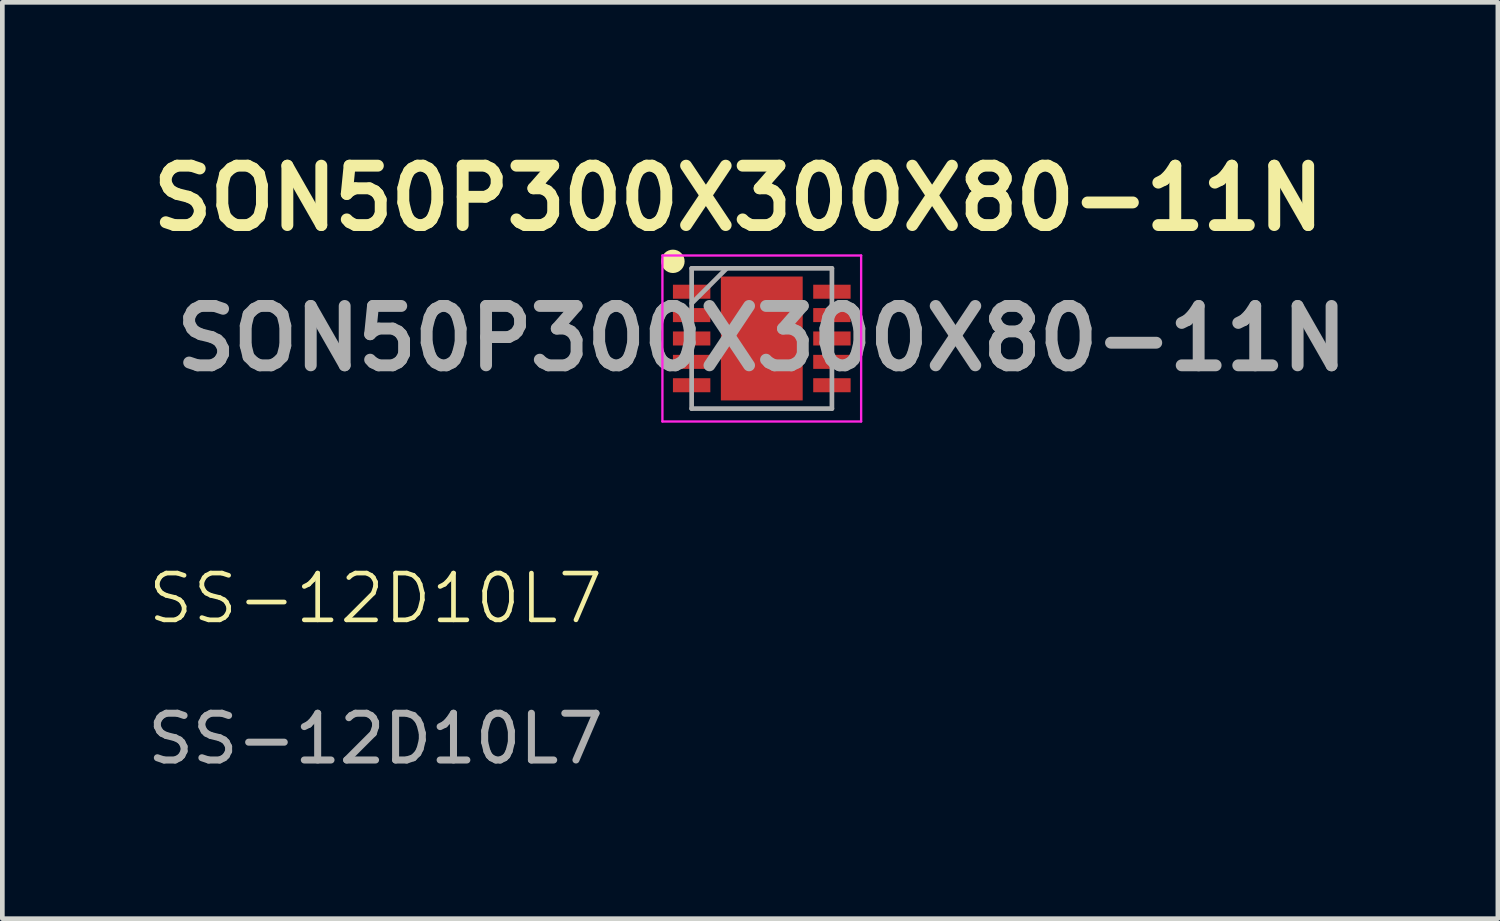
<source format=kicad_pcb>
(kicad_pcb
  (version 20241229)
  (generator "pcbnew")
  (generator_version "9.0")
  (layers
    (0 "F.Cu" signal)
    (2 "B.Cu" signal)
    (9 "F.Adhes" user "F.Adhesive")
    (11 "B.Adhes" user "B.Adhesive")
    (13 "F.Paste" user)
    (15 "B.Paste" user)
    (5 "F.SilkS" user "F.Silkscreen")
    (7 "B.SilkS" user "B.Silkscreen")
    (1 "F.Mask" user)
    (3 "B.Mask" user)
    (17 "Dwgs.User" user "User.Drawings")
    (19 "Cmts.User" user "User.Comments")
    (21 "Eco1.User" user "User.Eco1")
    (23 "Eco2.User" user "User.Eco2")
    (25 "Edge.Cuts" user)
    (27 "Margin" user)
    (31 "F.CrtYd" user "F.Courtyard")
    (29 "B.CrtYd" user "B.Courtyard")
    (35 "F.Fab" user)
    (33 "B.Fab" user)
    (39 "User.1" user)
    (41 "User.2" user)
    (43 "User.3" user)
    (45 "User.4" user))
  (footprint "SS-12D10L7"
    (layer "F.Cu")
    (at 4.982 10.249)
    (property "Reference" "SS-12D10L7" (at 0 -0.5 0) (unlocked yes) (layer "F.SilkS") (effects (font (size 1 1) (thickness 0.1))))
    (attr through_hole)
    (fp_text user "${REFERENCE}" (at 0 2.5 0) (unlocked yes) (layer "F.Fab") (effects (font (size 1 1) (thickness 0.15)))))
  (footprint "SON50P300X300X80-11N"
    (layer "F.Cu")
    (at 13.242 4.189)
    (property "Reference" "SON50P300X300X80-11N" (at -0.5 -3 0) (layer "F.SilkS") (effects (font (size 1.27 1.27) (thickness 0.254))))
    (attr smd)
    (fp_circle (center -1.9 -1.65) (end -1.9 -1.525) (stroke (width 0.25) (type solid)) (fill no) (layer "F.SilkS"))
    (fp_line (start -2.125 -1.775) (end 2.125 -1.775) (stroke (width 0.05) (type solid)) (layer "F.CrtYd"))
    (fp_line (start -2.125 1.775) (end -2.125 -1.775) (stroke (width 0.05) (type solid)) (layer "F.CrtYd"))
    (fp_line (start 2.125 -1.775) (end 2.125 1.775) (stroke (width 0.05) (type solid)) (layer "F.CrtYd"))
    (fp_line (start 2.125 1.775) (end -2.125 1.775) (stroke (width 0.05) (type solid)) (layer "F.CrtYd"))
    (fp_line (start -1.5 -1.5) (end 1.5 -1.5) (stroke (width 0.1) (type solid)) (layer "F.Fab"))
    (fp_line (start -1.5 -0.75) (end -0.75 -1.5) (stroke (width 0.1) (type solid)) (layer "F.Fab"))
    (fp_line (start -1.5 1.5) (end -1.5 -1.5) (stroke (width 0.1) (type solid)) (layer "F.Fab"))
    (fp_line (start 1.5 -1.5) (end 1.5 1.5) (stroke (width 0.1) (type solid)) (layer "F.Fab"))
    (fp_line (start 1.5 1.5) (end -1.5 1.5) (stroke (width 0.1) (type solid)) (layer "F.Fab"))
    (fp_text user "${REFERENCE}" (at 0 0 0) (layer "F.Fab") (effects (font (size 1.27 1.27) (thickness 0.254))))
    (pad "1" smd rect (at -1.5 -1 90) (size 0.3 0.8) (layers "F.Cu" "F.Mask" "F.Paste"))
    (pad "2" smd rect (at -1.5 -0.5 90) (size 0.3 0.8) (layers "F.Cu" "F.Mask" "F.Paste"))
    (pad "3" smd rect (at -1.5 0 90) (size 0.3 0.8) (layers "F.Cu" "F.Mask" "F.Paste"))
    (pad "4" smd rect (at -1.5 0.5 90) (size 0.3 0.8) (layers "F.Cu" "F.Mask" "F.Paste"))
    (pad "5" smd rect (at -1.5 1 90) (size 0.3 0.8) (layers "F.Cu" "F.Mask" "F.Paste"))
    (pad "6" smd rect (at 1.5 1 90) (size 0.3 0.8) (layers "F.Cu" "F.Mask" "F.Paste"))
    (pad "7" smd rect (at 1.5 0.5 90) (size 0.3 0.8) (layers "F.Cu" "F.Mask" "F.Paste"))
    (pad "8" smd rect (at 1.5 0 90) (size 0.3 0.8) (layers "F.Cu" "F.Mask" "F.Paste"))
    (pad "9" smd rect (at 1.5 -0.5 90) (size 0.3 0.8) (layers "F.Cu" "F.Mask" "F.Paste"))
    (pad "10" smd rect (at 1.5 -1 90) (size 0.3 0.8) (layers "F.Cu" "F.Mask" "F.Paste"))
    (pad "11" smd rect (at 0 0) (size 1.75 2.65) (layers "F.Cu" "F.Mask" "F.Paste")))
  (gr_rect
    (start -3 -3)
    (end 28.985 16.597)
    (stroke (width 0.1) (type default))
    (fill no)
    (layer "Edge.Cuts")))
</source>
